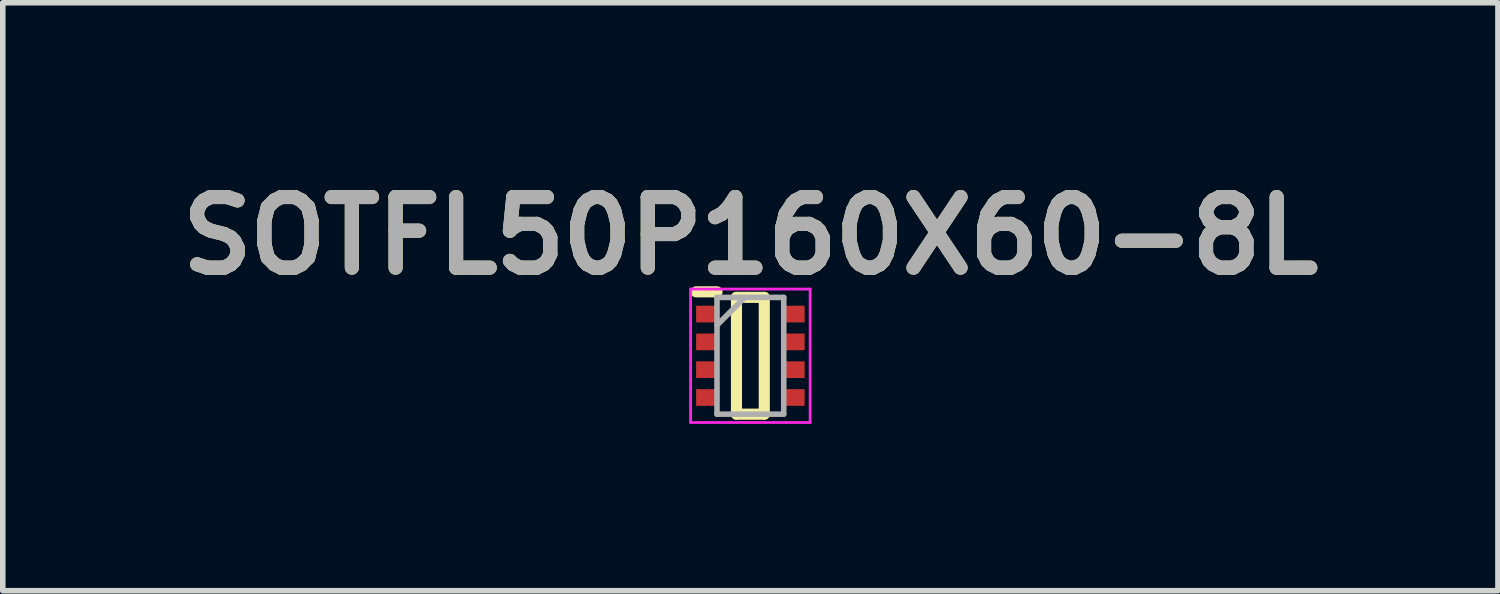
<source format=kicad_pcb>
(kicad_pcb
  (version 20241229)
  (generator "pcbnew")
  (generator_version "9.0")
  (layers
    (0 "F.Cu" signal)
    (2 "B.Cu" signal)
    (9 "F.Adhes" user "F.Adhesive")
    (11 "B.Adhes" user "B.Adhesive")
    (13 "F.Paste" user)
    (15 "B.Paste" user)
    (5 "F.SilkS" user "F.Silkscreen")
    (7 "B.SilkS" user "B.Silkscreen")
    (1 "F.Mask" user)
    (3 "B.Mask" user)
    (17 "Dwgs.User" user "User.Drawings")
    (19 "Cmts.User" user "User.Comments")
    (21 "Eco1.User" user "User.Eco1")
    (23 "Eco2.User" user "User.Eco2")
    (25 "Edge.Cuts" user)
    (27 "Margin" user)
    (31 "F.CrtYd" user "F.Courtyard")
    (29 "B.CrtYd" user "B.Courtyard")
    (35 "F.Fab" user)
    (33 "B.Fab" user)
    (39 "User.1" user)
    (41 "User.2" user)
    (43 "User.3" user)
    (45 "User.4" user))
  (footprint "SOTFL50P160X60-8L"
    (layer "F.Cu")
    (at 10.444 3.348)
    (property "Reference" "SOTFL50P160X60-8L" (at 0 -2.159 0) (layer "F.SilkS") (effects (font (size 1.27 1.27) (thickness 0.254))))
    (attr smd)
    (fp_line (start -0.975 -1.15) (end -0.6 -1.15) (stroke (width 0.2) (type solid)) (layer "F.SilkS"))
    (fp_line (start -0.25 -1.05) (end 0.25 -1.05) (stroke (width 0.2) (type solid)) (layer "F.SilkS"))
    (fp_line (start -0.25 1.05) (end -0.25 -1.05) (stroke (width 0.2) (type solid)) (layer "F.SilkS"))
    (fp_line (start 0.25 -1.05) (end 0.25 1.05) (stroke (width 0.2) (type solid)) (layer "F.SilkS"))
    (fp_line (start 0.25 1.05) (end -0.25 1.05) (stroke (width 0.2) (type solid)) (layer "F.SilkS"))
    (fp_line (start -1.075 -1.2) (end 1.075 -1.2) (stroke (width 0.05) (type solid)) (layer "F.CrtYd"))
    (fp_line (start -1.075 1.2) (end -1.075 -1.2) (stroke (width 0.05) (type solid)) (layer "F.CrtYd"))
    (fp_line (start 1.075 -1.2) (end 1.075 1.2) (stroke (width 0.05) (type solid)) (layer "F.CrtYd"))
    (fp_line (start 1.075 1.2) (end -1.075 1.2) (stroke (width 0.05) (type solid)) (layer "F.CrtYd"))
    (fp_line (start -0.6 -1.05) (end 0.6 -1.05) (stroke (width 0.1) (type solid)) (layer "F.Fab"))
    (fp_line (start -0.6 -0.55) (end -0.1 -1.05) (stroke (width 0.1) (type solid)) (layer "F.Fab"))
    (fp_line (start -0.6 1.05) (end -0.6 -1.05) (stroke (width 0.1) (type solid)) (layer "F.Fab"))
    (fp_line (start 0.6 -1.05) (end 0.6 1.05) (stroke (width 0.1) (type solid)) (layer "F.Fab"))
    (fp_line (start 0.6 1.05) (end -0.6 1.05) (stroke (width 0.1) (type solid)) (layer "F.Fab"))
    (fp_text user "${REFERENCE}" (at 0 -2.159 0) (layer "F.Fab") (effects (font (size 1.27 1.27) (thickness 0.254))))
    (pad "1" smd rect (at -0.788 -0.75 90) (size 0.3 0.375) (layers "F.Cu" "F.Mask" "F.Paste"))
    (pad "2" smd rect (at -0.788 -0.25 90) (size 0.3 0.375) (layers "F.Cu" "F.Mask" "F.Paste"))
    (pad "3" smd rect (at -0.788 0.25 90) (size 0.3 0.375) (layers "F.Cu" "F.Mask" "F.Paste"))
    (pad "4" smd rect (at -0.788 0.75 90) (size 0.3 0.375) (layers "F.Cu" "F.Mask" "F.Paste"))
    (pad "5" smd rect (at 0.788 0.75 90) (size 0.3 0.375) (layers "F.Cu" "F.Mask" "F.Paste"))
    (pad "6" smd rect (at 0.788 0.25 90) (size 0.3 0.375) (layers "F.Cu" "F.Mask" "F.Paste"))
    (pad "7" smd rect (at 0.788 -0.25 90) (size 0.3 0.375) (layers "F.Cu" "F.Mask" "F.Paste"))
    (pad "8" smd rect (at 0.788 -0.75 90) (size 0.3 0.375) (layers "F.Cu" "F.Mask" "F.Paste")))
  (gr_rect
    (start -3 -3)
    (end 23.888 7.573)
    (stroke (width 0.1) (type default))
    (fill no)
    (layer "Edge.Cuts")))
</source>
